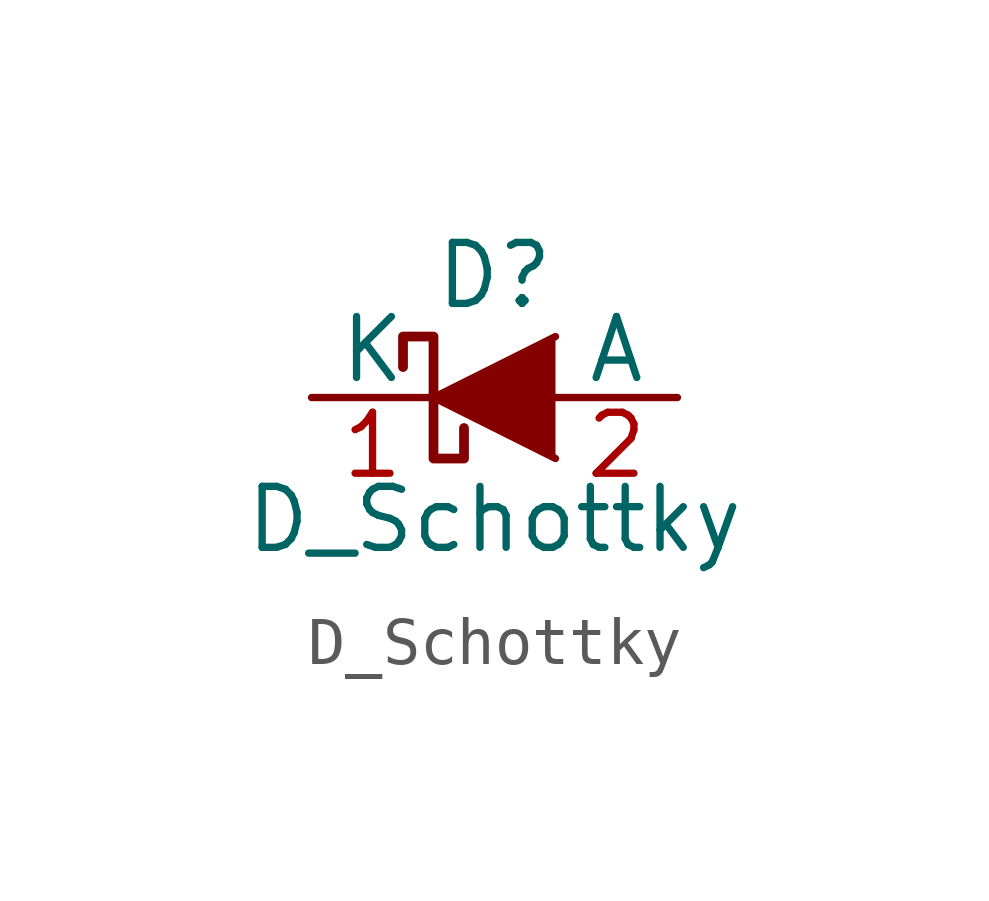
<source format=kicad_sym>
(kicad_symbol_lib
  (version 20201005)
  (generator kicad_symbol_editor)
  (symbol "pic_programmer_schlib:D_Schottky"
    (pin_names
      (offset 0))
    (property "Reference" "D"
      (at 0 2.54 0)
      (effects (font (size 1.27 1.27))))
    (property "Value" "D_Schottky"
      (at 0 -2.54 0)
      (effects (font (size 1.27 1.27))))
    (property "Footprint" ""
      (at -2.54 0 0)
      (effects (font (size 0.254 0.254))))
    (property "Datasheet" ""
      (at 0 0 0)
      (effects (font (size 1.524 1.524))))
    (symbol "D_Schottky_0_1"
      (polyline (pts (xy 1.27 1.27) (xy -1.27 0) (xy 1.27 -1.27)) (stroke (width 0)) (fill (type outline)))
      (polyline (pts (xy -1.905 0.635) (xy -1.905 1.27) (xy -1.27 1.27) (xy -1.27 -1.27) (xy -0.635 -1.27) (xy -0.635 -0.635)) (stroke (width 0.203)) (fill (type none))))
    (symbol "D_Schottky_1_1"
      (pin passive line (at -3.81 0 0) (length 2.54) (name "K" (effects (font (size 1.27 1.27)))) (number "1" (effects (font (size 1.27 1.27)))))
      (pin passive line (at 3.81 0 180) (length 2.54) (name "A" (effects (font (size 1.27 1.27)))) (number "2" (effects (font (size 1.27 1.27))))))))
</source>
